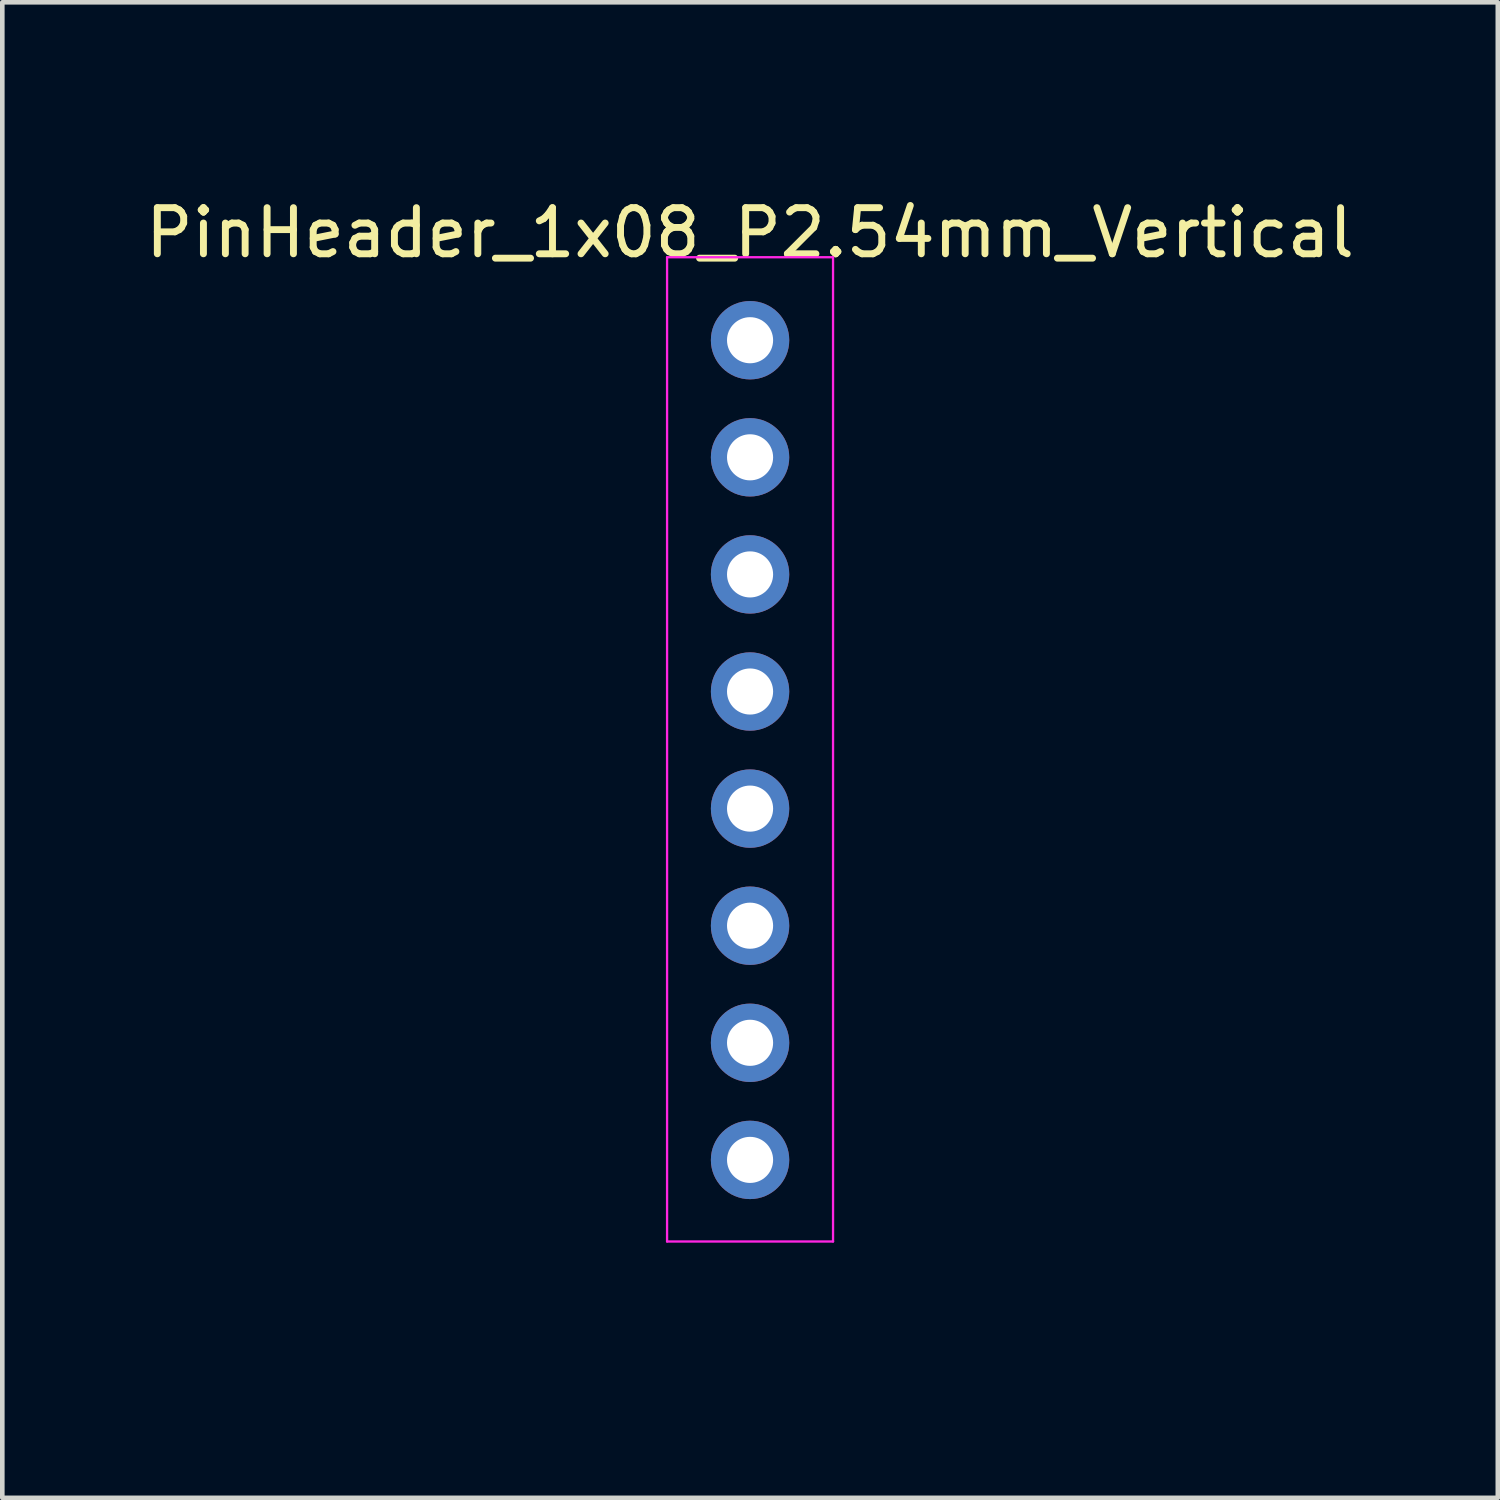
<source format=kicad_pcb>
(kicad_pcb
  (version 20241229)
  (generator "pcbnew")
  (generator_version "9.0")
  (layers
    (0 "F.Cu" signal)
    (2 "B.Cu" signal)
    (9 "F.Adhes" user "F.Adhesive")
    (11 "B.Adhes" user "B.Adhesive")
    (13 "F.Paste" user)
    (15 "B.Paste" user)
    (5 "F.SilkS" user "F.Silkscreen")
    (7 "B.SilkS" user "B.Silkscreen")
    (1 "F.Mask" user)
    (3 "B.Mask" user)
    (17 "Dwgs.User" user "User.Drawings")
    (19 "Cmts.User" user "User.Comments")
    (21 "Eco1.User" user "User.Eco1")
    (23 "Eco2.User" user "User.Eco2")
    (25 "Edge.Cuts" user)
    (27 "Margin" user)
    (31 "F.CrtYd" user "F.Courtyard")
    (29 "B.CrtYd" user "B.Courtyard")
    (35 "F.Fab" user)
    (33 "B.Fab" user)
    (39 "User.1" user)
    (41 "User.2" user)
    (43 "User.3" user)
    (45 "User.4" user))
  (footprint "PinHeader_1x08_P2.54mm_Vertical"
    (layer "F.Cu")
    (at 13.22 4.33)
    (property "Reference" "PinHeader_1x08_P2.54mm_Vertical" (at 0 -2.33 180) (layer "F.SilkS") (effects (font (size 1 1) (thickness 0.15))))
    (attr through_hole)
    (fp_line (start -1.8 -1.8) (end -1.8 19.55) (stroke (width 0.05) (type solid)) (layer "F.CrtYd"))
    (fp_line (start -1.8 19.55) (end 1.8 19.55) (stroke (width 0.05) (type solid)) (layer "F.CrtYd"))
    (fp_line (start 1.8 -1.8) (end -1.8 -1.8) (stroke (width 0.05) (type solid)) (layer "F.CrtYd"))
    (fp_line (start 1.8 19.55) (end 1.8 -1.8) (stroke (width 0.05) (type solid)) (layer "F.CrtYd"))
    (fp_line (start -1.27 -0.635) (end -0.635 -1.27) (stroke (width 0.1) (type solid)) (layer "User.1"))
    (fp_line (start -1.27 19.05) (end -1.27 -0.635) (stroke (width 0.1) (type solid)) (layer "User.1"))
    (fp_line (start -0.635 -1.27) (end 1.27 -1.27) (stroke (width 0.1) (type solid)) (layer "User.1"))
    (fp_line (start 1.27 -1.27) (end 1.27 19.05) (stroke (width 0.1) (type solid)) (layer "User.1"))
    (fp_line (start 1.27 19.05) (end -1.27 19.05) (stroke (width 0.1) (type solid)) (layer "User.1"))
    (fp_line (start -1.33 -1.33) (end 0 -1.33) (stroke (width 0.12) (type solid)) (layer "User.2"))
    (fp_line (start -1.33 0) (end -1.33 -1.33) (stroke (width 0.12) (type solid)) (layer "User.2"))
    (fp_line (start -1.33 1.27) (end -1.33 19.11) (stroke (width 0.12) (type solid)) (layer "User.2"))
    (fp_line (start -1.33 1.27) (end 1.33 1.27) (stroke (width 0.12) (type solid)) (layer "User.2"))
    (fp_line (start -1.33 19.11) (end 1.33 19.11) (stroke (width 0.12) (type solid)) (layer "User.2"))
    (fp_line (start 1.33 1.27) (end 1.33 19.11) (stroke (width 0.12) (type solid)) (layer "User.2"))
    (fp_text user "${REFERENCE}" (at 0 8.89 270) (layer "User.1") (effects (font (size 1 1) (thickness 0.15))))
    (pad "1" thru_hole circle (at 0 0 180) (size 1.7 1.7) (drill 1) (layers "*.Cu" "*.Mask"))
    (pad "2" thru_hole oval (at 0 2.54 180) (size 1.7 1.7) (drill 1) (layers "*.Cu" "*.Mask"))
    (pad "3" thru_hole oval (at 0 5.08 180) (size 1.7 1.7) (drill 1) (layers "*.Cu" "*.Mask"))
    (pad "4" thru_hole oval (at 0 7.62 180) (size 1.7 1.7) (drill 1) (layers "*.Cu" "*.Mask"))
    (pad "5" thru_hole oval (at 0 10.16 180) (size 1.7 1.7) (drill 1) (layers "*.Cu" "*.Mask"))
    (pad "6" thru_hole oval (at 0 12.7 180) (size 1.7 1.7) (drill 1) (layers "*.Cu" "*.Mask"))
    (pad "7" thru_hole oval (at 0 15.24 180) (size 1.7 1.7) (drill 1) (layers "*.Cu" "*.Mask"))
    (pad "8" thru_hole oval (at 0 17.78 180) (size 1.7 1.7) (drill 1) (layers "*.Cu" "*.Mask")))
  (gr_rect
    (start -3 -3)
    (end 29.44 29.44)
    (stroke (width 0.1) (type default))
    (fill no)
    (layer "Edge.Cuts")))
</source>
